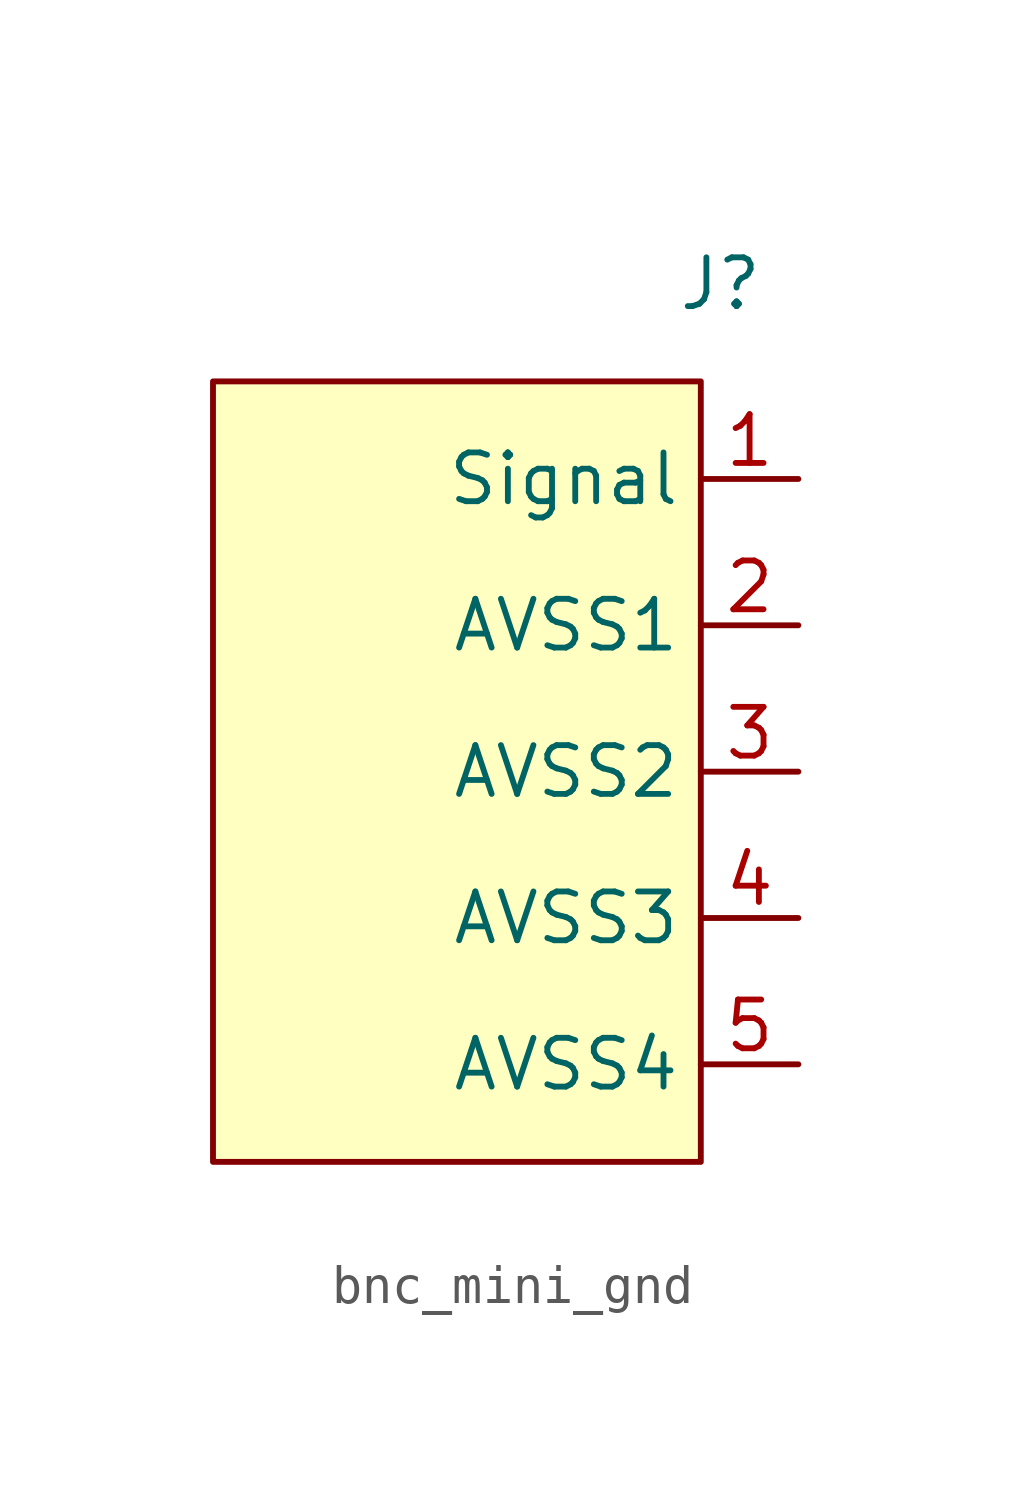
<source format=kicad_sym>
(kicad_symbol_lib
  (version 20231120)
  (generator "kicad_symbol_editor")
  (generator_version "8.0")
  (symbol "bnc_mini_gnd"
    (property "Reference" "J"
      (at 4.318 8.89 0)
      (effects (font (size 1.27 1.27))))
    (property "Value" ""
      (at 0 1.27 0)
      (effects (font (size 1.27 1.27))))
    (symbol "bnc_mini_gnd_1_1"
      (rectangle (start -8.89 6.35) (end 3.81 -13.97) (stroke (width 0) (type default)) (fill (type background)))
      (pin output line (at 6.35 3.81 180) (length 2.54) (name "Signal" (effects (font (size 1.27 1.27)))) (number "1" (effects (font (size 1.27 1.27)))))
      (pin output line (at 6.35 0 180) (length 2.54) (name "AVSS1" (effects (font (size 1.27 1.27)))) (number "2" (effects (font (size 1.27 1.27)))))
      (pin output line (at 6.35 -3.81 180) (length 2.54) (name "AVSS2" (effects (font (size 1.27 1.27)))) (number "3" (effects (font (size 1.27 1.27)))))
      (pin output line (at 6.35 -7.62 180) (length 2.54) (name "AVSS3" (effects (font (size 1.27 1.27)))) (number "4" (effects (font (size 1.27 1.27)))))
      (pin output line (at 6.35 -11.43 180) (length 2.54) (name "AVSS4" (effects (font (size 1.27 1.27)))) (number "5" (effects (font (size 1.27 1.27))))))))
</source>
